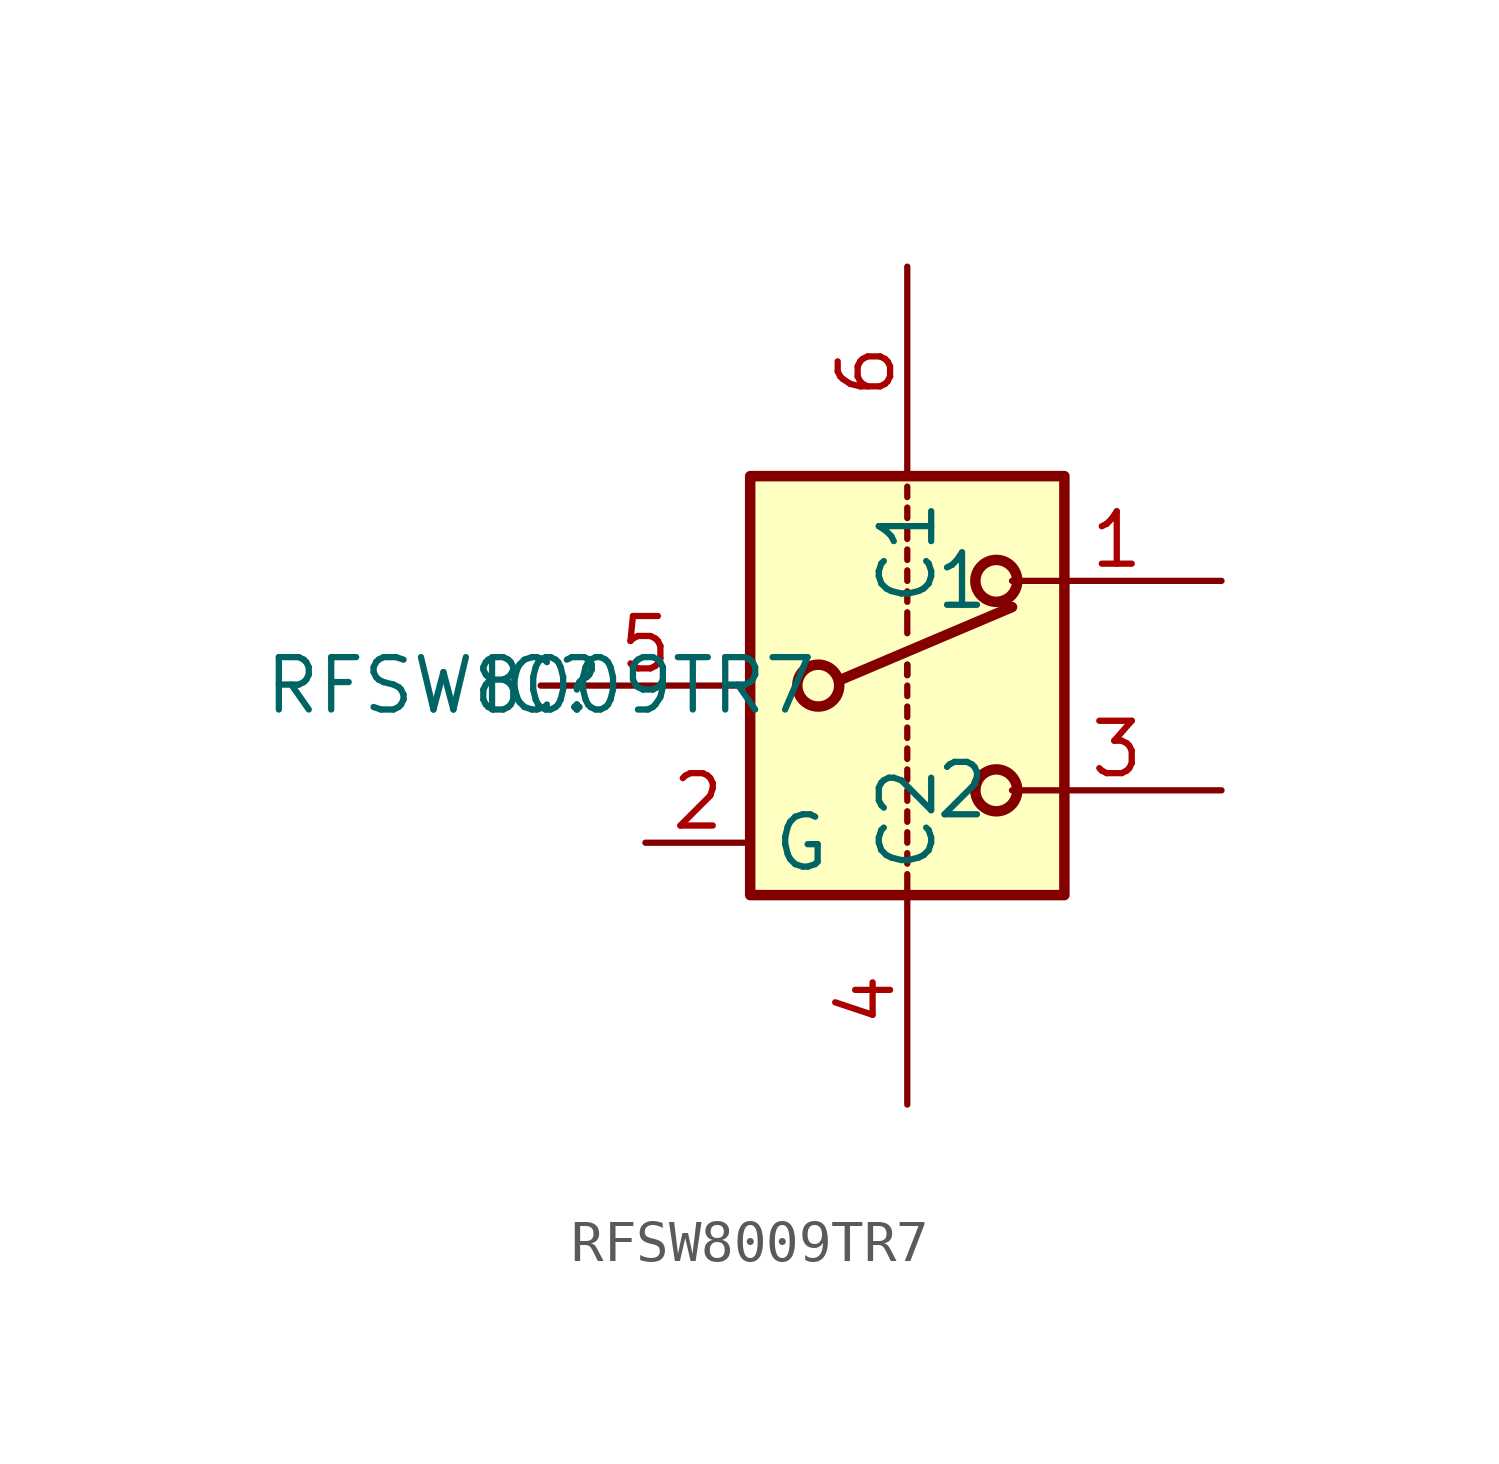
<source format=kicad_sym>
(kicad_symbol_lib
  (version 20211014)
  (generator kicad_symbol_editor)
  (symbol "RFSW8009TR7"
    (property "Reference" "IC"
      (at 0 0 0)
      (effects (font (size 1.27 1.27))))
    (property "Value" "RFSW8009TR7"
      (at 0 0 0)
      (effects (font (size 1.27 1.27))))
    (symbol "RFSW8009TR7_1_1"
      (polyline (pts (xy 7.239 0.127) (xy 11.43 1.905)) (stroke (width 0.254) (type default) (color 0 0 0 0)) (fill (type none)))
      (polyline (pts (xy 8.89 -5.08) (xy 8.89 -4.572)) (stroke (width 0) (type default) (color 0 0 0 0)) (fill (type none)))
      (polyline (pts (xy 8.89 -4.318) (xy 8.89 -4.064)) (stroke (width 0) (type default) (color 0 0 0 0)) (fill (type none)))
      (polyline (pts (xy 8.89 -3.81) (xy 8.89 -3.556)) (stroke (width 0) (type default) (color 0 0 0 0)) (fill (type none)))
      (polyline (pts (xy 8.89 -3.302) (xy 8.89 -3.048)) (stroke (width 0) (type default) (color 0 0 0 0)) (fill (type none)))
      (polyline (pts (xy 8.89 -2.794) (xy 8.89 -2.54)) (stroke (width 0) (type default) (color 0 0 0 0)) (fill (type none)))
      (polyline (pts (xy 8.89 -2.286) (xy 8.89 -2.032)) (stroke (width 0) (type default) (color 0 0 0 0)) (fill (type none)))
      (polyline (pts (xy 8.89 -1.778) (xy 8.89 -1.524)) (stroke (width 0) (type default) (color 0 0 0 0)) (fill (type none)))
      (polyline (pts (xy 8.89 -1.27) (xy 8.89 -1.016)) (stroke (width 0) (type default) (color 0 0 0 0)) (fill (type none)))
      (polyline (pts (xy 8.89 -0.762) (xy 8.89 -0.508)) (stroke (width 0) (type default) (color 0 0 0 0)) (fill (type none)))
      (polyline (pts (xy 8.89 -0.254) (xy 8.89 0)) (stroke (width 0) (type default) (color 0 0 0 0)) (fill (type none)))
      (polyline (pts (xy 8.89 0.254) (xy 8.89 0.508)) (stroke (width 0) (type default) (color 0 0 0 0)) (fill (type none)))
      (polyline (pts (xy 8.89 0.254) (xy 8.89 0.508)) (stroke (width 0) (type default) (color 0 0 0 0)) (fill (type none)))
      (polyline (pts (xy 8.89 1.27) (xy 8.89 1.778)) (stroke (width 0) (type default) (color 0 0 0 0)) (fill (type none)))
      (polyline (pts (xy 8.89 2.032) (xy 8.89 2.286)) (stroke (width 0) (type default) (color 0 0 0 0)) (fill (type none)))
      (polyline (pts (xy 8.89 2.54) (xy 8.89 2.794)) (stroke (width 0) (type default) (color 0 0 0 0)) (fill (type none)))
      (polyline (pts (xy 8.89 3.048) (xy 8.89 3.302)) (stroke (width 0) (type default) (color 0 0 0 0)) (fill (type none)))
      (polyline (pts (xy 8.89 3.556) (xy 8.89 3.81)) (stroke (width 0) (type default) (color 0 0 0 0)) (fill (type none)))
      (polyline (pts (xy 8.89 4.064) (xy 8.89 4.318)) (stroke (width 0) (type default) (color 0 0 0 0)) (fill (type none)))
      (polyline (pts (xy 8.89 4.572) (xy 8.89 4.826)) (stroke (width 0) (type default) (color 0 0 0 0)) (fill (type none)))
      (rectangle (start 5.08 5.08) (end 12.7 -5.08) (stroke (width 0.254) (type default) (color 0 0 0 0)) (fill (type background)))
      (circle (center 6.731 0) (radius 0.508) (stroke (width 0.254) (type default) (color 0 0 0 0)) (fill (type none)))
      (circle (center 11.049 -2.54) (radius 0.508) (stroke (width 0.254) (type default) (color 0 0 0 0)) (fill (type none)))
      (circle (center 11.049 2.54) (radius 0.508) (stroke (width 0.254) (type default) (color 0 0 0 0)) (fill (type none)))
      (pin passive line (at 16.51 2.54 180) (length 5.08) (name "1" (effects (font (size 1.27 1.27)))) (number "1" (effects (font (size 1.27 1.27)))))
      (pin power_in line (at 2.54 -3.81 0) (length 2.54) (name "G" (effects (font (size 1.27 1.27)))) (number "2" (effects (font (size 1.27 1.27)))))
      (pin passive line (at 16.51 -2.54 180) (length 5.08) (name "2" (effects (font (size 1.27 1.27)))) (number "3" (effects (font (size 1.27 1.27)))))
      (pin passive line (at 8.89 -10.16 90) (length 5.08) (name "C2" (effects (font (size 1.27 1.27)))) (number "4" (effects (font (size 1.27 1.27)))))
      (pin passive line (at 0 0 0) (length 5.08) (name "" (effects (font (size 1.27 1.27)))) (number "5" (effects (font (size 1.27 1.27)))))
      (pin passive line (at 8.89 10.16 270) (length 5.08) (name "C1" (effects (font (size 1.27 1.27)))) (number "6" (effects (font (size 1.27 1.27))))))))
</source>
